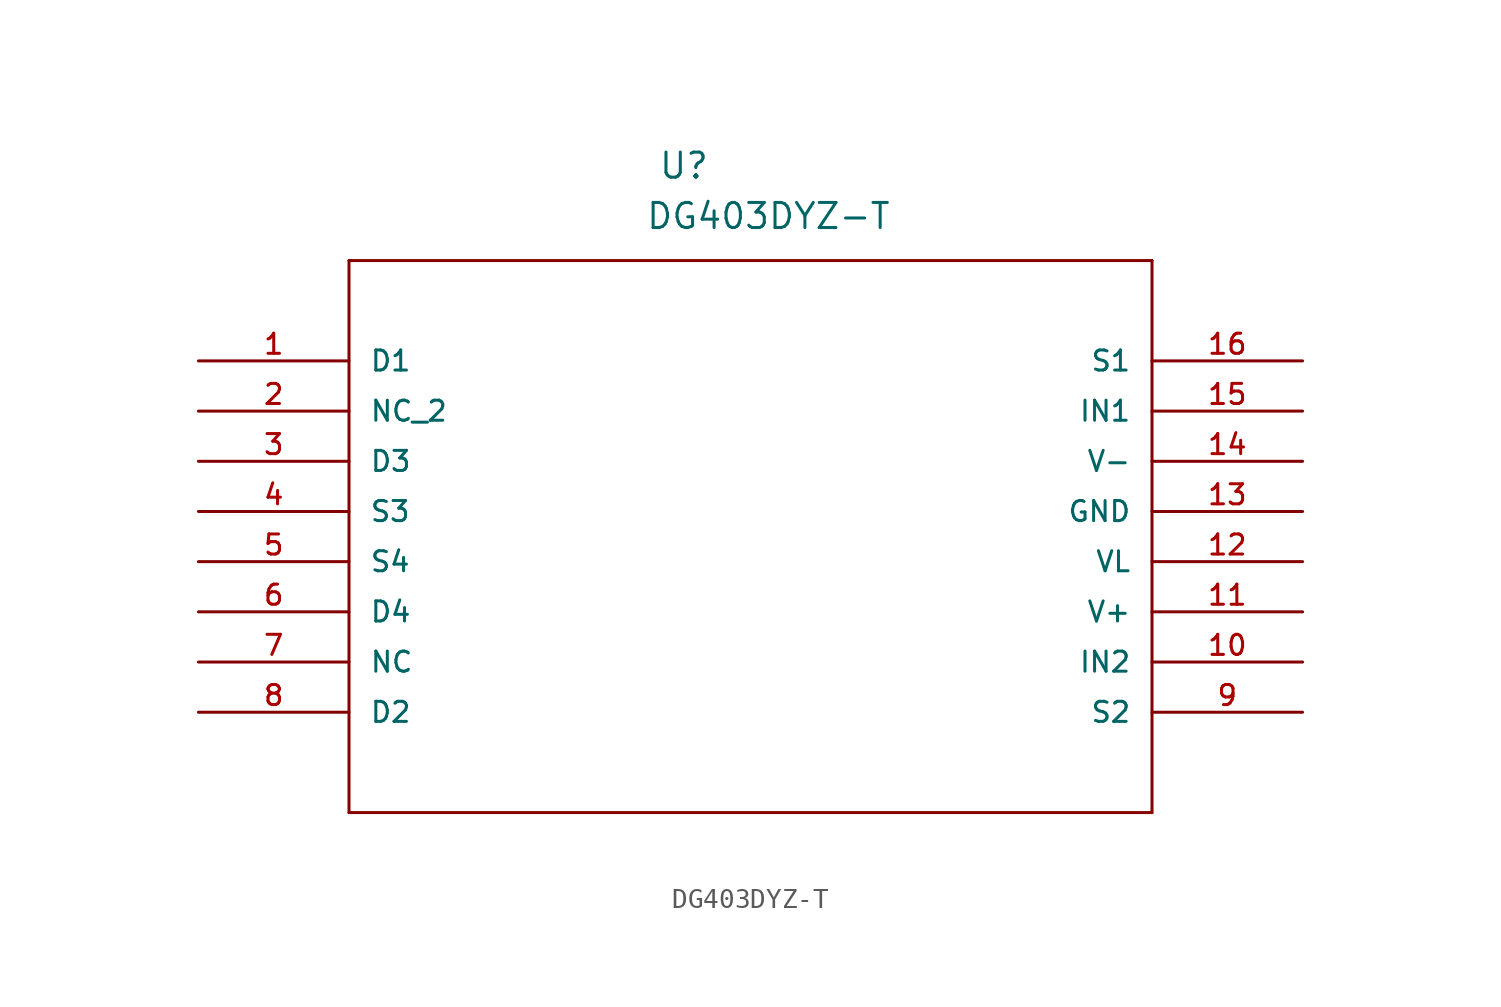
<source format=kicad_sym>
(kicad_symbol_lib
  (version 20211014)
  (generator kicad_symbol_editor)
  (symbol "DG403DYZ-T"
    (pin_names
      (offset 1.016))
    (property "Reference" "U"
      (at 23.259 9.136 0.0)
      (effects (font (size 1.27 1.27)) (justify bottom left)))
    (property "Value" "DG403DYZ-T"
      (at 22.61 6.587 0.0)
      (effects (font (size 1.27 1.27)) (justify bottom left)))
    (symbol "DG403DYZ-T_0_0"
      (polyline (pts (xy 7.62 5.08) (xy 7.62 -22.86)) (stroke (width 0.152)))
      (polyline (pts (xy 7.62 -22.86) (xy 48.26 -22.86)) (stroke (width 0.152)))
      (polyline (pts (xy 48.26 -22.86) (xy 48.26 5.08)) (stroke (width 0.152)))
      (polyline (pts (xy 48.26 5.08) (xy 7.62 5.08)) (stroke (width 0.152)))
      (pin passive line (at 0.0 0.0 0) (length 7.62) (name "D1" (effects (font (size 1.016 1.016)))) (number "1" (effects (font (size 1.016 1.016)))))
      (pin passive line (at 0.0 -2.54 0) (length 7.62) (name "NC_2" (effects (font (size 1.016 1.016)))) (number "2" (effects (font (size 1.016 1.016)))))
      (pin passive line (at 0.0 -5.08 0) (length 7.62) (name "D3" (effects (font (size 1.016 1.016)))) (number "3" (effects (font (size 1.016 1.016)))))
      (pin passive line (at 0.0 -7.62 0) (length 7.62) (name "S3" (effects (font (size 1.016 1.016)))) (number "4" (effects (font (size 1.016 1.016)))))
      (pin passive line (at 0.0 -10.16 0) (length 7.62) (name "S4" (effects (font (size 1.016 1.016)))) (number "5" (effects (font (size 1.016 1.016)))))
      (pin passive line (at 0.0 -12.7 0) (length 7.62) (name "D4" (effects (font (size 1.016 1.016)))) (number "6" (effects (font (size 1.016 1.016)))))
      (pin passive line (at 0.0 -15.24 0) (length 7.62) (name "NC" (effects (font (size 1.016 1.016)))) (number "7" (effects (font (size 1.016 1.016)))))
      (pin passive line (at 0.0 -17.78 0) (length 7.62) (name "D2" (effects (font (size 1.016 1.016)))) (number "8" (effects (font (size 1.016 1.016)))))
      (pin passive line (at 55.88 -17.78 180.0) (length 7.62) (name "S2" (effects (font (size 1.016 1.016)))) (number "9" (effects (font (size 1.016 1.016)))))
      (pin input line (at 55.88 -15.24 180.0) (length 7.62) (name "IN2" (effects (font (size 1.016 1.016)))) (number "10" (effects (font (size 1.016 1.016)))))
      (pin power_in line (at 55.88 -12.7 180.0) (length 7.62) (name "V+" (effects (font (size 1.016 1.016)))) (number "11" (effects (font (size 1.016 1.016)))))
      (pin power_in line (at 55.88 -10.16 180.0) (length 7.62) (name "VL" (effects (font (size 1.016 1.016)))) (number "12" (effects (font (size 1.016 1.016)))))
      (pin power_in line (at 55.88 -7.62 180.0) (length 7.62) (name "GND" (effects (font (size 1.016 1.016)))) (number "13" (effects (font (size 1.016 1.016)))))
      (pin power_in line (at 55.88 -5.08 180.0) (length 7.62) (name "V-" (effects (font (size 1.016 1.016)))) (number "14" (effects (font (size 1.016 1.016)))))
      (pin input line (at 55.88 -2.54 180.0) (length 7.62) (name "IN1" (effects (font (size 1.016 1.016)))) (number "15" (effects (font (size 1.016 1.016)))))
      (pin passive line (at 55.88 0.0 180.0) (length 7.62) (name "S1" (effects (font (size 1.016 1.016)))) (number "16" (effects (font (size 1.016 1.016))))))))
</source>
